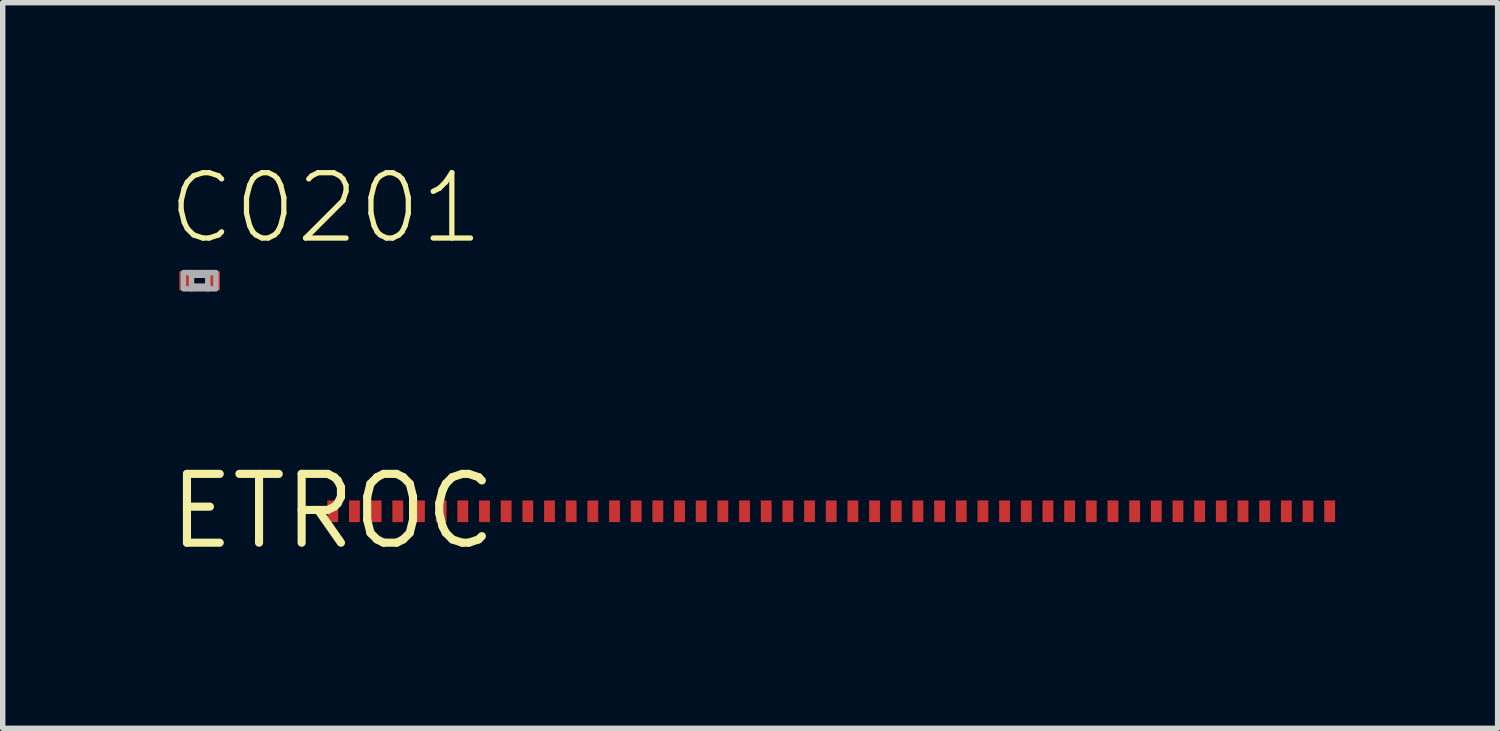
<source format=kicad_pcb>
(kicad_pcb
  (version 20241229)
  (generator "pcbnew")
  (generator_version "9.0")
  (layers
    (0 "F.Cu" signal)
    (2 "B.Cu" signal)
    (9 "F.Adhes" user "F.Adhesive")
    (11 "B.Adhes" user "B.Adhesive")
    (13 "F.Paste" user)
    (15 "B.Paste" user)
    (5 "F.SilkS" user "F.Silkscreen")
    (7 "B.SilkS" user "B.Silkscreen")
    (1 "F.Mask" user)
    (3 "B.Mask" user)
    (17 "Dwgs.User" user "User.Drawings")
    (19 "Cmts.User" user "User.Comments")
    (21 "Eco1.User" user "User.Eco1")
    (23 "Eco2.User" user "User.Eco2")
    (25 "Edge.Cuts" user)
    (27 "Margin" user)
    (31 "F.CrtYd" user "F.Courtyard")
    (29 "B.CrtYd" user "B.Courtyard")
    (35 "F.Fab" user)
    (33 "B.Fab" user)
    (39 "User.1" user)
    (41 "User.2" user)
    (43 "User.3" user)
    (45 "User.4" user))
  (footprint "ETROC"
    (layer "F.Cu")
    (at 3.092 6.387)
    (property "Reference" "ETROC" (at 0 0 0) (layer "F.SilkS") (effects (font (size 1.27 1.27) (thickness 0.15))))
    (attr through_hole)
    (pad "1" smd rect (at 0 0) (size 0.2 0.4) (layers "F.Cu" "F.Mask" "F.Paste"))
    (pad "2" smd rect (at 0.4 0) (size 0.2 0.4) (layers "F.Cu" "F.Mask" "F.Paste"))
    (pad "3" smd rect (at 0.8 0) (size 0.2 0.4) (layers "F.Cu" "F.Mask" "F.Paste"))
    (pad "4" smd rect (at 1.2 0) (size 0.2 0.4) (layers "F.Cu" "F.Mask" "F.Paste"))
    (pad "5" smd rect (at 1.6 0) (size 0.2 0.4) (layers "F.Cu" "F.Mask" "F.Paste"))
    (pad "6" smd rect (at 2 0) (size 0.2 0.4) (layers "F.Cu" "F.Mask" "F.Paste"))
    (pad "7" smd rect (at 2.4 0) (size 0.2 0.4) (layers "F.Cu" "F.Mask" "F.Paste"))
    (pad "8" smd rect (at 2.8 0) (size 0.2 0.4) (layers "F.Cu" "F.Mask" "F.Paste"))
    (pad "9" smd rect (at 3.2 0) (size 0.2 0.4) (layers "F.Cu" "F.Mask" "F.Paste"))
    (pad "10" smd rect (at 3.6 0) (size 0.2 0.4) (layers "F.Cu" "F.Mask" "F.Paste"))
    (pad "11" smd rect (at 4 0) (size 0.2 0.4) (layers "F.Cu" "F.Mask" "F.Paste"))
    (pad "12" smd rect (at 4.4 0) (size 0.2 0.4) (layers "F.Cu" "F.Mask" "F.Paste"))
    (pad "13" smd rect (at 4.8 0) (size 0.2 0.4) (layers "F.Cu" "F.Mask" "F.Paste"))
    (pad "14" smd rect (at 5.2 0) (size 0.2 0.4) (layers "F.Cu" "F.Mask" "F.Paste"))
    (pad "15" smd rect (at 5.6 0) (size 0.2 0.4) (layers "F.Cu" "F.Mask" "F.Paste"))
    (pad "16" smd rect (at 6 0) (size 0.2 0.4) (layers "F.Cu" "F.Mask" "F.Paste"))
    (pad "17" smd rect (at 6.4 0) (size 0.2 0.4) (layers "F.Cu" "F.Mask" "F.Paste"))
    (pad "18" smd rect (at 6.8 0) (size 0.2 0.4) (layers "F.Cu" "F.Mask" "F.Paste"))
    (pad "19" smd rect (at 7.2 0) (size 0.2 0.4) (layers "F.Cu" "F.Mask" "F.Paste"))
    (pad "20" smd rect (at 7.6 0) (size 0.2 0.4) (layers "F.Cu" "F.Mask" "F.Paste"))
    (pad "21" smd rect (at 8 0) (size 0.2 0.4) (layers "F.Cu" "F.Mask" "F.Paste"))
    (pad "22" smd rect (at 8.4 0) (size 0.2 0.4) (layers "F.Cu" "F.Mask" "F.Paste"))
    (pad "23" smd rect (at 8.8 0) (size 0.2 0.4) (layers "F.Cu" "F.Mask" "F.Paste"))
    (pad "24" smd rect (at 9.2 0) (size 0.2 0.4) (layers "F.Cu" "F.Mask" "F.Paste"))
    (pad "25" smd rect (at 9.6 0) (size 0.2 0.4) (layers "F.Cu" "F.Mask" "F.Paste"))
    (pad "26" smd rect (at 10 0) (size 0.2 0.4) (layers "F.Cu" "F.Mask" "F.Paste"))
    (pad "27" smd rect (at 10.4 0) (size 0.2 0.4) (layers "F.Cu" "F.Mask" "F.Paste"))
    (pad "28" smd rect (at 10.8 0) (size 0.2 0.4) (layers "F.Cu" "F.Mask" "F.Paste"))
    (pad "29" smd rect (at 11.2 0) (size 0.2 0.4) (layers "F.Cu" "F.Mask" "F.Paste"))
    (pad "30" smd rect (at 11.6 0) (size 0.2 0.4) (layers "F.Cu" "F.Mask" "F.Paste"))
    (pad "31" smd rect (at 12 0) (size 0.2 0.4) (layers "F.Cu" "F.Mask" "F.Paste"))
    (pad "32" smd rect (at 12.4 0) (size 0.2 0.4) (layers "F.Cu" "F.Mask" "F.Paste"))
    (pad "33" smd rect (at 12.8 0) (size 0.2 0.4) (layers "F.Cu" "F.Mask" "F.Paste"))
    (pad "34" smd rect (at 13.2 0) (size 0.2 0.4) (layers "F.Cu" "F.Mask" "F.Paste"))
    (pad "35" smd rect (at 13.6 0) (size 0.2 0.4) (layers "F.Cu" "F.Mask" "F.Paste"))
    (pad "36" smd rect (at 14 0) (size 0.2 0.4) (layers "F.Cu" "F.Mask" "F.Paste"))
    (pad "37" smd rect (at 14.4 0) (size 0.2 0.4) (layers "F.Cu" "F.Mask" "F.Paste"))
    (pad "38" smd rect (at 14.8 0) (size 0.2 0.4) (layers "F.Cu" "F.Mask" "F.Paste"))
    (pad "39" smd rect (at 15.2 0) (size 0.2 0.4) (layers "F.Cu" "F.Mask" "F.Paste"))
    (pad "40" smd rect (at 15.6 0) (size 0.2 0.4) (layers "F.Cu" "F.Mask" "F.Paste"))
    (pad "41" smd rect (at 16 0) (size 0.2 0.4) (layers "F.Cu" "F.Mask" "F.Paste"))
    (pad "42" smd rect (at 16.4 0) (size 0.2 0.4) (layers "F.Cu" "F.Mask" "F.Paste"))
    (pad "43" smd rect (at 16.8 0) (size 0.2 0.4) (layers "F.Cu" "F.Mask" "F.Paste"))
    (pad "44" smd rect (at 17.2 0) (size 0.2 0.4) (layers "F.Cu" "F.Mask" "F.Paste"))
    (pad "45" smd rect (at 17.6 0) (size 0.2 0.4) (layers "F.Cu" "F.Mask" "F.Paste"))
    (pad "46" smd rect (at 18 0) (size 0.2 0.4) (layers "F.Cu" "F.Mask" "F.Paste"))
    (pad "47" smd rect (at 18.4 0) (size 0.2 0.4) (layers "F.Cu" "F.Mask" "F.Paste")))
  (footprint "C0201"
    (layer "F.Cu")
    (at 0.635 2.131)
    (property "Reference" "C0201" (at -0.635 -0.635 0) (layer "F.SilkS") (effects (font (size 1.206 1.206) (thickness 0.097)) (justify left bottom)))
    (attr through_hole)
    (fp_poly (pts (xy -0.3 0.15) (xy -0.15 0.15) (xy -0.15 -0.15) (xy -0.3 -0.15)) (stroke (width 0.1) (type solid)) (fill no) (layer "F.Fab"))
    (fp_poly (pts (xy -0.15 -0.1) (xy 0.15 -0.1) (xy 0.15 -0.15) (xy -0.15 -0.15)) (stroke (width 0.1) (type solid)) (fill no) (layer "F.Fab"))
    (fp_poly (pts (xy -0.15 0.15) (xy 0.15 0.15) (xy 0.15 0.1) (xy -0.15 0.1)) (stroke (width 0.1) (type solid)) (fill no) (layer "F.Fab"))
    (fp_poly (pts (xy 0.15 0.15) (xy 0.3 0.15) (xy 0.3 -0.15) (xy 0.15 -0.15)) (stroke (width 0.1) (type solid)) (fill no) (layer "F.Fab"))
    (pad "1" smd rect (at -0.25 0) (size 0.25 0.35) (layers "F.Cu" "F.Mask" "F.Paste"))
    (pad "2" smd rect (at 0.25 0) (size 0.25 0.35) (layers "F.Cu" "F.Mask" "F.Paste")))
  (gr_rect
    (start -3 -3)
    (end 24.592 10.393)
    (stroke (width 0.1) (type default))
    (fill no)
    (layer "Edge.Cuts")))
</source>
